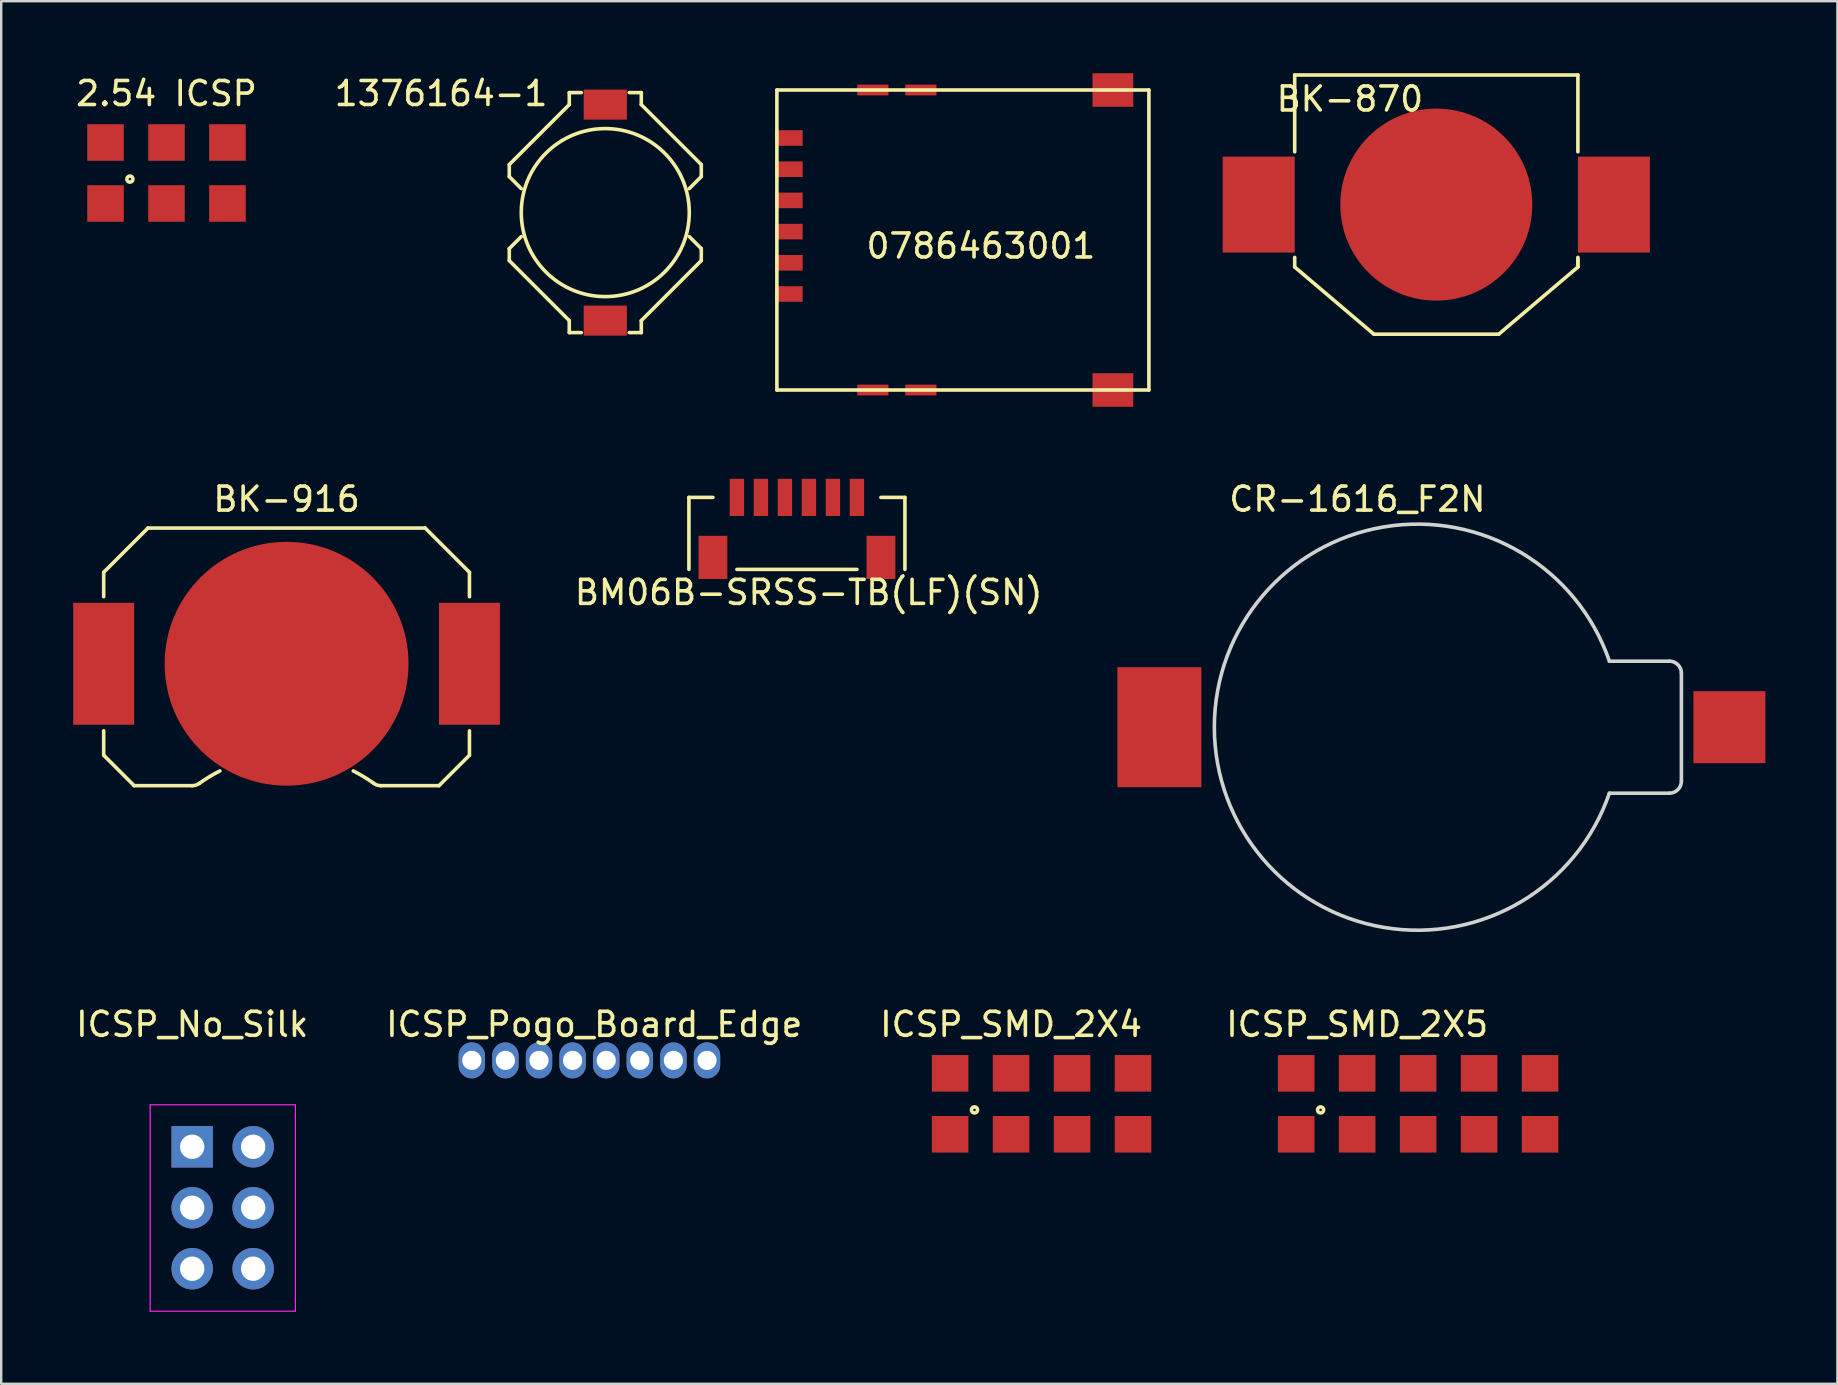
<source format=kicad_pcb>
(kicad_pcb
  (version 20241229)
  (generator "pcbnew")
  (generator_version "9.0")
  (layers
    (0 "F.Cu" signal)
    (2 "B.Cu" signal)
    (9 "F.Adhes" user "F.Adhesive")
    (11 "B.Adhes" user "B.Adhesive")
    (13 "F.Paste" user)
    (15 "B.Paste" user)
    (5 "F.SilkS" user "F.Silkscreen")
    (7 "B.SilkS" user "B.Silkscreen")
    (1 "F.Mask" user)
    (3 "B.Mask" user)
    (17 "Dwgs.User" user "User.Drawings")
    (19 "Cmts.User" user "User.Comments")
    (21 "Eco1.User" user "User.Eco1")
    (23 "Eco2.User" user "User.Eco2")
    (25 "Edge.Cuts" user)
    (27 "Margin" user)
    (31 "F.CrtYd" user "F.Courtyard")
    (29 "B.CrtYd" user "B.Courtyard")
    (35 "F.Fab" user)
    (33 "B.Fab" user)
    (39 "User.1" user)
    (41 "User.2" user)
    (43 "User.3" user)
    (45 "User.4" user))
  (footprint "BK-870"
    (layer "F.Cu")
    (at 56.794 5.375)
    (property "Reference" "BK-870" (at -3.6 -4.3 0) (layer "F.SilkS") (effects (font (size 1 1) (thickness 0.15))))
    (attr through_hole)
    (fp_line (start -5.9 -5.3) (end 5.9 -5.3) (stroke (width 0.15) (type solid)) (layer "F.SilkS"))
    (fp_line (start -5.9 -2.1) (end -5.9 -5.3) (stroke (width 0.15) (type solid)) (layer "F.SilkS"))
    (fp_line (start -5.9 2.7) (end -5.9 2.3) (stroke (width 0.15) (type solid)) (layer "F.SilkS"))
    (fp_line (start -2.6 5.5) (end -5.9 2.7) (stroke (width 0.15) (type solid)) (layer "F.SilkS"))
    (fp_line (start -2.6 5.5) (end 2.6 5.5) (stroke (width 0.15) (type solid)) (layer "F.SilkS"))
    (fp_line (start 5.9 -2.1) (end 5.9 -5.3) (stroke (width 0.15) (type solid)) (layer "F.SilkS"))
    (fp_line (start 5.9 2.7) (end 2.6 5.5) (stroke (width 0.15) (type solid)) (layer "F.SilkS"))
    (fp_line (start 5.9 2.7) (end 5.9 2.3) (stroke (width 0.15) (type solid)) (layer "F.SilkS"))
    (fp_line (start 5.9 2.7) (end 5.9 2.4) (stroke (width 0.15) (type solid)) (layer "F.SilkS"))
    (pad "1" smd rect (at -7.4 0.1) (size 3 4) (layers "F.Cu" "F.Mask"))
    (pad "1" smd rect (at 7.4 0.1) (size 3 4) (layers "F.Cu" "F.Mask"))
    (pad "2" smd circle (at 0 0.1) (size 8 8) (layers "F.Cu" "F.Mask")))
  (footprint "2.54 ICSP"
    (layer "F.Cu")
    (at 1.347 5.428)
    (property "Reference" "2.54 ICSP" (at 2.54 -4.58 0) (layer "F.SilkS") (effects (font (size 1 1) (thickness 0.15))))
    (attr through_hole)
    (fp_circle (center 1.016 -1.016) (end 1.016 -0.889) (stroke (width 0.15) (type solid)) (fill no) (layer "F.SilkS"))
    (pad "1" connect rect (at 0 0) (size 1.524 1.524) (layers "F.Cu" "F.Mask"))
    (pad "2" connect rect (at 0 -2.54) (size 1.524 1.524) (layers "F.Cu" "F.Mask"))
    (pad "3" connect rect (at 2.54 0) (size 1.524 1.524) (layers "F.Cu" "F.Mask"))
    (pad "4" connect rect (at 2.54 -2.54) (size 1.524 1.524) (layers "F.Cu" "F.Mask"))
    (pad "5" connect rect (at 5.08 0) (size 1.524 1.524) (layers "F.Cu" "F.Mask"))
    (pad "6" connect rect (at 5.08 -2.54) (size 1.524 1.524) (layers "F.Cu" "F.Mask")))
  (footprint "BK-916"
    (layer "F.Cu")
    (at 8.89 24.479)
    (property "Reference" "BK-916" (at 0 -6.731 0) (layer "F.SilkS") (effects (font (size 1 1) (thickness 0.15))))
    (attr through_hole)
    (fp_line (start -7.62 -3.683) (end -7.62 -2.667) (stroke (width 0.15) (type solid)) (layer "F.SilkS"))
    (fp_line (start -7.62 -3.683) (end -5.777 -5.526) (stroke (width 0.15) (type solid)) (layer "F.SilkS"))
    (fp_line (start -7.62 2.921) (end -7.62 3.937) (stroke (width 0.15) (type solid)) (layer "F.SilkS"))
    (fp_line (start -7.62 3.937) (end -6.35 5.207) (stroke (width 0.15) (type solid)) (layer "F.SilkS"))
    (fp_line (start -6.35 5.207) (end -3.932 5.207) (stroke (width 0.15) (type solid)) (layer "F.SilkS"))
    (fp_line (start -5.777 -5.526) (end 5.777 -5.526) (stroke (width 0.15) (type solid)) (layer "F.SilkS"))
    (fp_line (start 6.35 5.207) (end 3.932 5.207) (stroke (width 0.15) (type solid)) (layer "F.SilkS"))
    (fp_line (start 7.62 -3.683) (end 5.777 -5.526) (stroke (width 0.15) (type solid)) (layer "F.SilkS"))
    (fp_line (start 7.62 -3.683) (end 7.62 -2.667) (stroke (width 0.15) (type solid)) (layer "F.SilkS"))
    (fp_line (start 7.62 2.921) (end 7.62 3.937) (stroke (width 0.15) (type solid)) (layer "F.SilkS"))
    (fp_line (start 7.62 3.937) (end 6.35 5.207) (stroke (width 0.15) (type solid)) (layer "F.SilkS"))
    (fp_arc (start -3.635017 5.111028) (mid -3.776034 5.182412) (end -3.932165 5.207) (stroke (width 0.15) (type solid)) (layer "F.SilkS"))
    (fp_arc (start -3.635016 5.111028) (mid -3.216925 4.834436) (end -2.7779 4.592444) (stroke (width 0.15) (type solid)) (layer "F.SilkS"))
    (fp_arc (start 2.777901 4.592444) (mid 3.216926 4.834437) (end 3.635017 5.111028) (stroke (width 0.15) (type solid)) (layer "F.SilkS"))
    (fp_arc (start 3.932165 5.207) (mid 3.776034 5.182412) (end 3.635017 5.111028) (stroke (width 0.15) (type solid)) (layer "F.SilkS"))
    (pad "1" smd rect (at -7.62 0.127) (size 2.54 5.08) (layers "F.Cu" "F.Mask" "F.Paste"))
    (pad "1" smd rect (at 7.62 0.127) (size 2.54 5.08) (layers "F.Cu" "F.Mask" "F.Paste"))
    (pad "2" smd circle (at 0 0.127) (size 10.16 10.16) (layers "F.Cu" "F.Mask" "F.Paste")))
  (footprint "ICSP_Pogo_Board_Edge"
    (layer "F.Cu")
    (at 21.508 41.131)
    (property "Reference" "ICSP_Pogo_Board_Edge" (at 0.2 -1.5 0) (layer "F.SilkS") (effects (font (size 1 1) (thickness 0.15))))
    (attr through_hole)
    (pad "1" thru_hole oval (at -3.5 0) (size 1.1 1.5) (drill 0.8) (layers "*.Cu" "*.Mask"))
    (pad "2" thru_hole oval (at -2.1 0) (size 1.1 1.5) (drill 0.8) (layers "*.Cu" "*.Mask"))
    (pad "3" thru_hole oval (at -0.7 0) (size 1.1 1.5) (drill 0.8) (layers "*.Cu" "*.Mask"))
    (pad "4" thru_hole oval (at 0.7 0) (size 1.1 1.5) (drill 0.8) (layers "*.Cu" "*.Mask"))
    (pad "5" thru_hole oval (at 2.1 0) (size 1.1 1.5) (drill 0.8) (layers "*.Cu" "*.Mask"))
    (pad "6" thru_hole oval (at 3.5 0) (size 1.1 1.5) (drill 0.8) (layers "*.Cu" "*.Mask"))
    (pad "NC1" thru_hole oval (at -4.9 0) (size 1.1 1.5) (drill 0.8) (layers "*.Cu" "*.Mask"))
    (pad "NC2" thru_hole oval (at 4.9 0) (size 1.1 1.5) (drill 0.8) (layers "*.Cu" "*.Mask")))
  (footprint "0786463001"
    (layer "F.Cu")
    (at 37.819 6.7)
    (property "Reference" "0786463001" (at 0 0.5 0) (layer "F.SilkS") (effects (font (size 1 1) (thickness 0.15))))
    (attr through_hole)
    (fp_line (start -8.5 -6) (end -8.5 6.5) (stroke (width 0.15) (type solid)) (layer "F.SilkS"))
    (fp_line (start -8.5 -6) (end 7 -6) (stroke (width 0.15) (type solid)) (layer "F.SilkS"))
    (fp_line (start -8.5 6.5) (end 7 6.5) (stroke (width 0.15) (type solid)) (layer "F.SilkS"))
    (fp_line (start 7 -6) (end 7 6.5) (stroke (width 0.15) (type solid)) (layer "F.SilkS"))
    (pad "1" smd rect (at -8 -2.7) (size 1.15 0.65) (layers "F.Cu" "F.Mask" "F.Paste"))
    (pad "2" smd rect (at -8 -0.1) (size 1.15 0.65) (layers "F.Cu" "F.Mask" "F.Paste"))
    (pad "3" smd rect (at -8 2.5) (size 1.15 0.65) (layers "F.Cu" "F.Mask" "F.Paste"))
    (pad "5" smd rect (at -8 -4) (size 1.15 0.65) (layers "F.Cu" "F.Mask" "F.Paste"))
    (pad "5" smd rect (at -4.5 -6) (size 1.3 0.45) (layers "F.Cu" "F.Mask" "F.Paste"))
    (pad "5" smd rect (at -4.5 6.5) (size 1.3 0.45) (layers "F.Cu" "F.Mask" "F.Paste"))
    (pad "5" smd rect (at -2.5 -6) (size 1.3 0.45) (layers "F.Cu" "F.Mask" "F.Paste"))
    (pad "5" smd rect (at -2.5 6.5) (size 1.3 0.45) (layers "F.Cu" "F.Mask" "F.Paste"))
    (pad "5" smd rect (at 5.5 -6) (size 1.7 1.4) (layers "F.Cu" "F.Mask" "F.Paste"))
    (pad "5" smd rect (at 5.5 6.5) (size 1.7 1.4) (layers "F.Cu" "F.Mask" "F.Paste"))
    (pad "6" smd rect (at -8 -1.4) (size 1.15 0.65) (layers "F.Cu" "F.Mask" "F.Paste"))
    (pad "7" smd rect (at -8 1.2) (size 1.15 0.65) (layers "F.Cu" "F.Mask" "F.Paste")))
  (footprint "BM06B-SRSS-TB(LF)(SN)"
    (layer "F.Cu")
    (at 30.143 17.634)
    (property "Reference" "BM06B-SRSS-TB(LF)(SN)" (at 0.5 4 180) (layer "F.SilkS") (effects (font (size 1 1) (thickness 0.15))))
    (attr through_hole)
    (fp_line (start -4.489 0.041) (end -3.489 0.041) (stroke (width 0.15) (type solid)) (layer "F.SilkS"))
    (fp_line (start -4.489 3.041) (end -4.489 0.041) (stroke (width 0.15) (type solid)) (layer "F.SilkS"))
    (fp_line (start 2.511 3.041) (end -2.489 3.041) (stroke (width 0.15) (type solid)) (layer "F.SilkS"))
    (fp_line (start 3.511 0.041) (end 4.511 0.041) (stroke (width 0.15) (type solid)) (layer "F.SilkS"))
    (fp_line (start 4.511 0.041) (end 4.511 3.041) (stroke (width 0.15) (type solid)) (layer "F.SilkS"))
    (pad "1" smd rect (at -2.489 0.041 180) (size 0.6 1.55) (layers "F.Cu" "F.Mask" "F.Paste"))
    (pad "2" smd rect (at -1.489 0.041 180) (size 0.6 1.55) (layers "F.Cu" "F.Mask" "F.Paste"))
    (pad "3" smd rect (at -0.489 0.041 180) (size 0.6 1.55) (layers "F.Cu" "F.Mask" "F.Paste"))
    (pad "4" smd rect (at 0.511 0.041 180) (size 0.6 1.55) (layers "F.Cu" "F.Mask" "F.Paste"))
    (pad "5" smd rect (at 1.511 0.041 180) (size 0.6 1.55) (layers "F.Cu" "F.Mask" "F.Paste"))
    (pad "6" smd rect (at 2.511 0.041 180) (size 0.6 1.55) (layers "F.Cu" "F.Mask" "F.Paste"))
    (pad "7" smd rect (at -3.489 2.541 180) (size 1.2 1.8) (layers "F.Cu" "F.Mask" "F.Paste"))
    (pad "7" smd rect (at 3.511 2.541 180) (size 1.2 1.8) (layers "F.Cu" "F.Mask" "F.Paste")))
  (footprint "ICSP_No_Silk"
    (layer "F.Cu")
    (at 4.958 44.731)
    (property "Reference" "ICSP_No_Silk" (at 0 -5.1 0) (layer "F.SilkS") (effects (font (size 1 1) (thickness 0.15))))
    (attr through_hole)
    (fp_line (start -1.75 -1.75) (end -1.75 6.85) (stroke (width 0.05) (type solid)) (layer "F.CrtYd"))
    (fp_line (start -1.75 -1.75) (end 4.3 -1.75) (stroke (width 0.05) (type solid)) (layer "F.CrtYd"))
    (fp_line (start -1.75 6.85) (end 4.3 6.85) (stroke (width 0.05) (type solid)) (layer "F.CrtYd"))
    (fp_line (start 4.3 -1.75) (end 4.3 6.85) (stroke (width 0.05) (type solid)) (layer "F.CrtYd"))
    (pad "1" thru_hole rect (at 0 0) (size 1.727 1.727) (drill 1.016) (layers "*.Cu" "*.Mask"))
    (pad "2" thru_hole oval (at 2.54 0) (size 1.727 1.727) (drill 1.016) (layers "*.Cu" "*.Mask"))
    (pad "3" thru_hole oval (at 0 2.54) (size 1.727 1.727) (drill 1.016) (layers "*.Cu" "*.Mask"))
    (pad "4" thru_hole oval (at 2.54 2.54) (size 1.727 1.727) (drill 1.016) (layers "*.Cu" "*.Mask"))
    (pad "5" thru_hole oval (at 0 5.08) (size 1.727 1.727) (drill 1.016) (layers "*.Cu" "*.Mask"))
    (pad "6" thru_hole oval (at 2.54 5.08) (size 1.727 1.727) (drill 1.016) (layers "*.Cu" "*.Mask")))
  (footprint "ICSP_SMD_2X4"
    (layer "F.Cu")
    (at 36.537 44.211)
    (property "Reference" "ICSP_SMD_2X4" (at 2.54 -4.58 0) (layer "F.SilkS") (effects (font (size 1 1) (thickness 0.15))))
    (attr through_hole)
    (fp_circle (center 1.016 -1.016) (end 1.016 -0.889) (stroke (width 0.15) (type solid)) (fill no) (layer "F.SilkS"))
    (pad "1" connect rect (at 0 0) (size 1.524 1.524) (layers "F.Cu" "F.Mask"))
    (pad "2" connect rect (at 0 -2.54) (size 1.524 1.524) (layers "F.Cu" "F.Mask"))
    (pad "3" connect rect (at 2.54 0) (size 1.524 1.524) (layers "F.Cu" "F.Mask"))
    (pad "4" connect rect (at 2.54 -2.54) (size 1.524 1.524) (layers "F.Cu" "F.Mask"))
    (pad "5" connect rect (at 5.08 0) (size 1.524 1.524) (layers "F.Cu" "F.Mask"))
    (pad "6" connect rect (at 5.08 -2.54) (size 1.524 1.524) (layers "F.Cu" "F.Mask"))
    (pad "7" connect rect (at 7.62 0) (size 1.524 1.524) (layers "F.Cu" "F.Mask"))
    (pad "8" connect rect (at 7.62 -2.54) (size 1.524 1.524) (layers "F.Cu" "F.Mask")))
  (footprint "CR-1616_F2N"
    (layer "F.Cu")
    (at 55.956 27.248)
    (property "Reference" "CR-1616_F2N" (at -2.45 -9.5 0) (layer "F.SilkS") (effects (font (size 1 1) (thickness 0.15))))
    (attr through_hole)
    (fp_line (start 10.55 -2.75) (end 8.05 -2.75) (stroke (width 0.15) (type solid)) (layer "Edge.Cuts"))
    (fp_line (start 10.55 2.75) (end 8.05 2.75) (stroke (width 0.15) (type solid)) (layer "Edge.Cuts"))
    (fp_line (start 11.05 2.25) (end 11.05 -2.25) (stroke (width 0.15) (type solid)) (layer "Edge.Cuts"))
    (fp_arc (start 8.05 2.75) (mid -8.409462 0) (end 8.05 -2.75) (stroke (width 0.15) (type solid)) (layer "Edge.Cuts"))
    (fp_arc (start 10.55 -2.75) (mid 10.903553 -2.603553) (end 11.05 -2.25) (stroke (width 0.15) (type solid)) (layer "Edge.Cuts"))
    (fp_arc (start 11.05 2.25) (mid 10.903553 2.603553) (end 10.55 2.75) (stroke (width 0.15) (type solid)) (layer "Edge.Cuts"))
    (pad "1" smd rect (at -10.7 0) (size 3.5 5) (layers "F.Cu" "F.Mask"))
    (pad "2" smd rect (at 13.05 0) (size 3 3) (layers "F.Cu" "F.Mask")))
  (footprint "ICSP_SMD_2X5"
    (layer "F.Cu")
    (at 50.957 44.211)
    (property "Reference" "ICSP_SMD_2X5" (at 2.54 -4.58 0) (layer "F.SilkS") (effects (font (size 1 1) (thickness 0.15))))
    (attr through_hole)
    (fp_circle (center 1.016 -1.016) (end 1.016 -0.889) (stroke (width 0.15) (type solid)) (fill no) (layer "F.SilkS"))
    (pad "1" connect rect (at 0 0) (size 1.524 1.524) (layers "F.Cu" "F.Mask"))
    (pad "2" connect rect (at 0 -2.54) (size 1.524 1.524) (layers "F.Cu" "F.Mask"))
    (pad "3" connect rect (at 2.54 0) (size 1.524 1.524) (layers "F.Cu" "F.Mask"))
    (pad "4" connect rect (at 2.54 -2.54) (size 1.524 1.524) (layers "F.Cu" "F.Mask"))
    (pad "5" connect rect (at 5.08 0) (size 1.524 1.524) (layers "F.Cu" "F.Mask"))
    (pad "6" connect rect (at 5.08 -2.54) (size 1.524 1.524) (layers "F.Cu" "F.Mask"))
    (pad "7" connect rect (at 7.62 0) (size 1.524 1.524) (layers "F.Cu" "F.Mask"))
    (pad "8" connect rect (at 7.62 -2.54) (size 1.524 1.524) (layers "F.Cu" "F.Mask"))
    (pad "9" connect rect (at 10.16 0) (size 1.524 1.524) (layers "F.Cu" "F.Mask"))
    (pad "10" connect rect (at 10.16 -2.54) (size 1.524 1.524) (layers "F.Cu" "F.Mask")))
  (footprint "1376164-1"
    (layer "F.Cu")
    (at 22.185 1.356)
    (property "Reference" "1376164-1" (at -6.858 -0.508 0) (layer "F.SilkS") (effects (font (size 1 1) (thickness 0.15))))
    (attr through_hole)
    (fp_line (start -4.016 2.452) (end -4.016 2.952) (stroke (width 0.15) (type solid)) (layer "F.SilkS"))
    (fp_line (start -4.016 2.952) (end -3.516 3.452) (stroke (width 0.15) (type solid)) (layer "F.SilkS"))
    (fp_line (start -4.016 5.952) (end -3.516 5.452) (stroke (width 0.15) (type solid)) (layer "F.SilkS"))
    (fp_line (start -4.016 6.452) (end -4.016 5.952) (stroke (width 0.15) (type solid)) (layer "F.SilkS"))
    (fp_line (start -1.516 -0.548) (end -1.516 -0.048) (stroke (width 0.15) (type solid)) (layer "F.SilkS"))
    (fp_line (start -1.516 -0.548) (end -1.016 -0.548) (stroke (width 0.15) (type solid)) (layer "F.SilkS"))
    (fp_line (start -1.516 -0.048) (end -4.016 2.452) (stroke (width 0.15) (type solid)) (layer "F.SilkS"))
    (fp_line (start -1.516 8.952) (end -4.016 6.452) (stroke (width 0.15) (type solid)) (layer "F.SilkS"))
    (fp_line (start -1.516 9.452) (end -1.516 8.952) (stroke (width 0.15) (type solid)) (layer "F.SilkS"))
    (fp_line (start -1.516 9.452) (end -1.016 9.452) (stroke (width 0.15) (type solid)) (layer "F.SilkS"))
    (fp_line (start 1.484 -0.548) (end 0.984 -0.548) (stroke (width 0.15) (type solid)) (layer "F.SilkS"))
    (fp_line (start 1.484 -0.048) (end 1.484 -0.548) (stroke (width 0.15) (type solid)) (layer "F.SilkS"))
    (fp_line (start 1.484 8.952) (end 1.484 9.452) (stroke (width 0.15) (type solid)) (layer "F.SilkS"))
    (fp_line (start 1.484 8.952) (end 3.984 6.452) (stroke (width 0.15) (type solid)) (layer "F.SilkS"))
    (fp_line (start 1.484 9.452) (end 0.984 9.452) (stroke (width 0.15) (type solid)) (layer "F.SilkS"))
    (fp_line (start 3.984 2.452) (end 1.484 -0.048) (stroke (width 0.15) (type solid)) (layer "F.SilkS"))
    (fp_line (start 3.984 2.452) (end 3.984 2.952) (stroke (width 0.15) (type solid)) (layer "F.SilkS"))
    (fp_line (start 3.984 2.952) (end 3.484 3.452) (stroke (width 0.15) (type solid)) (layer "F.SilkS"))
    (fp_line (start 3.984 5.952) (end 3.484 5.452) (stroke (width 0.15) (type solid)) (layer "F.SilkS"))
    (fp_line (start 3.984 6.452) (end 3.984 5.952) (stroke (width 0.15) (type solid)) (layer "F.SilkS"))
    (fp_circle (center -0.016 4.452) (end 3.484 4.452) (stroke (width 0.15) (type solid)) (fill no) (layer "F.SilkS"))
    (pad "1" smd rect (at -0.016 -0.048) (size 1.8 1.25) (layers "F.Cu" "F.Mask" "F.Paste"))
    (pad "2" smd rect (at -0.016 8.952) (size 1.8 1.25) (layers "F.Cu" "F.Mask" "F.Paste")))
  (gr_rect
    (start -3 -3)
    (end 73.506 54.606)
    (stroke (width 0.1) (type default))
    (fill no)
    (layer "Edge.Cuts")))
</source>
